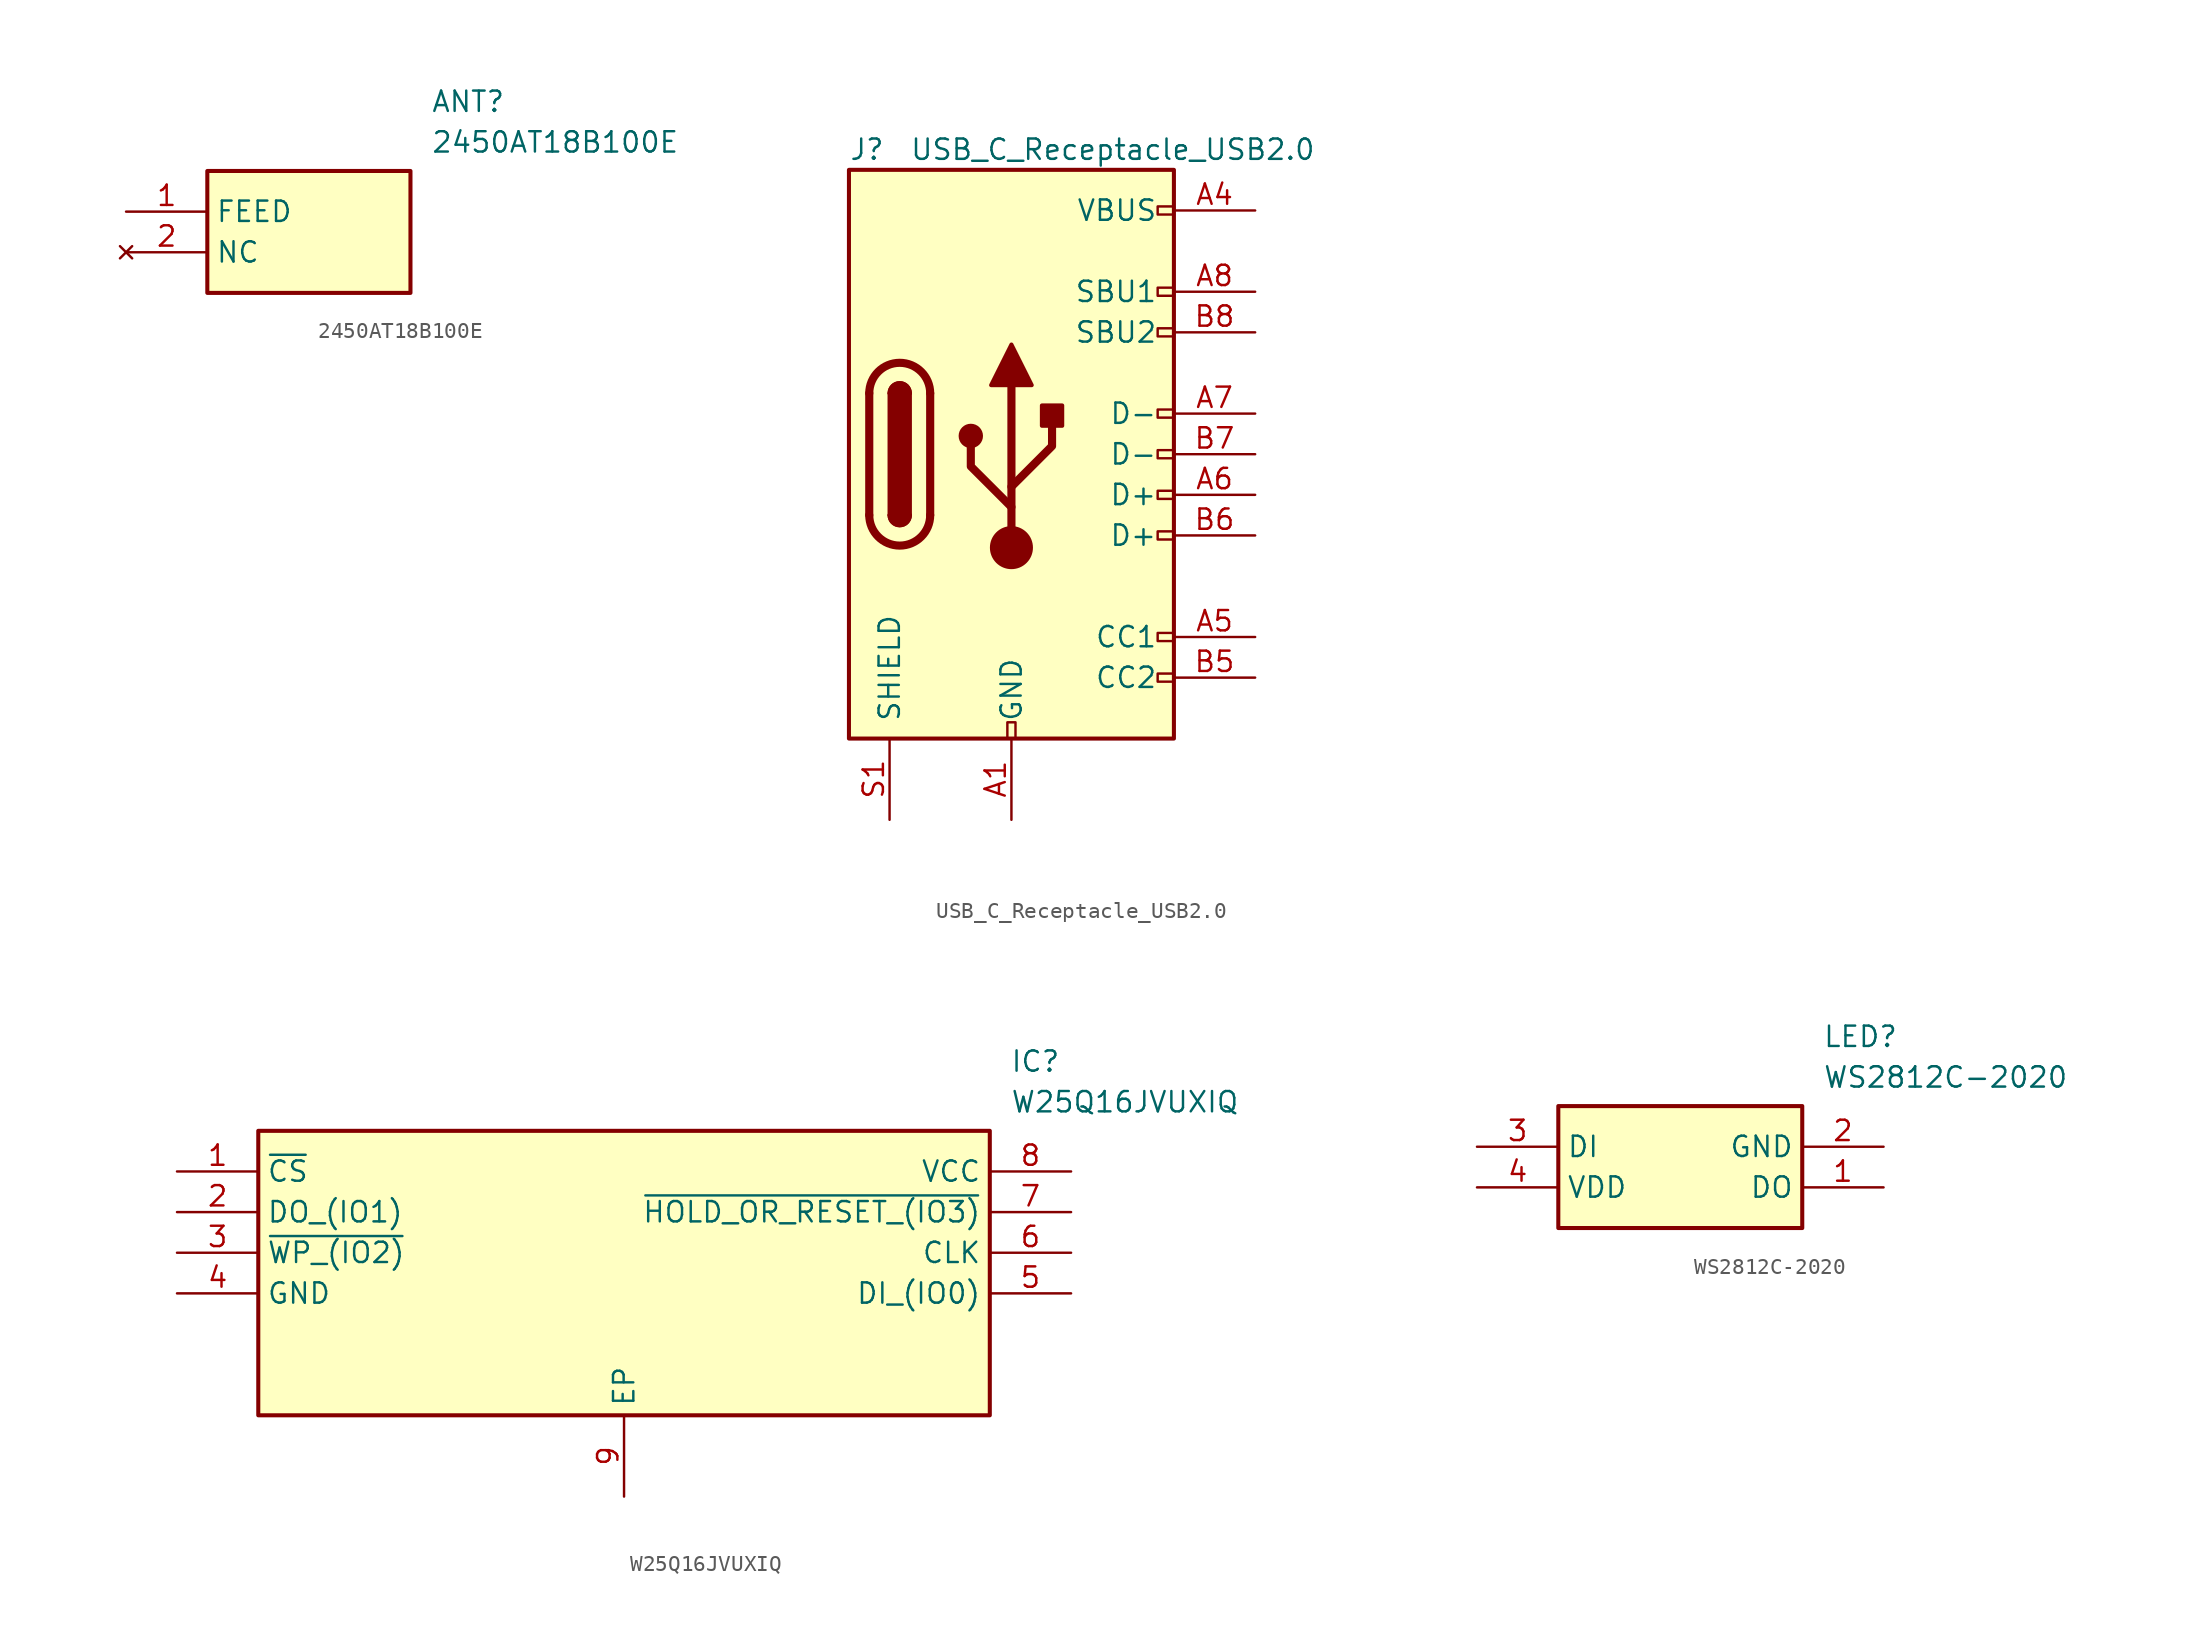
<source format=kicad_sym>
(kicad_symbol_lib
  (version 20231120)
  (generator "kicad_symbol_editor")
  (generator_version "8.0")
  (symbol "2450AT18B100E"
    (property "Reference" "ANT"
      (at 19.05 7.62 0)
      (effects (font (size 1.27 1.27)) (justify left top)))
    (property "Value" "2450AT18B100E"
      (at 19.05 5.08 0)
      (effects (font (size 1.27 1.27)) (justify left top)))
    (symbol "2450AT18B100E_1_1"
      (rectangle (start 5.08 2.54) (end 17.78 -5.08) (stroke (width 0.254) (type default)) (fill (type background)))
      (pin input line (at 0 0 0) (length 5.08) (name "FEED" (effects (font (size 1.27 1.27)))) (number "1" (effects (font (size 1.27 1.27)))))
      (pin no_connect line (at 0 -2.54 0) (length 5.08) (name "NC" (effects (font (size 1.27 1.27)))) (number "2" (effects (font (size 1.27 1.27)))))))
  (symbol "USB_C_Receptacle_USB2.0"
    (pin_names
      (offset 1.016))
    (property "Reference" "J"
      (at -10.16 19.05 0)
      (effects (font (size 1.27 1.27)) (justify left)))
    (property "Value" "USB_C_Receptacle_USB2.0"
      (at 19.05 19.05 0)
      (effects (font (size 1.27 1.27)) (justify right)))
    (symbol "USB_C_Receptacle_USB2.0_0_0"
      (rectangle (start -0.254 -17.78) (end 0.254 -16.764) (stroke (width 0) (type default)) (fill (type none)))
      (rectangle (start 10.16 -13.716) (end 9.144 -14.224) (stroke (width 0) (type default)) (fill (type none)))
      (rectangle (start 10.16 -11.176) (end 9.144 -11.684) (stroke (width 0) (type default)) (fill (type none)))
      (rectangle (start 10.16 -4.826) (end 9.144 -5.334) (stroke (width 0) (type default)) (fill (type none)))
      (rectangle (start 10.16 -2.286) (end 9.144 -2.794) (stroke (width 0) (type default)) (fill (type none)))
      (rectangle (start 10.16 0.254) (end 9.144 -0.254) (stroke (width 0) (type default)) (fill (type none)))
      (rectangle (start 10.16 2.794) (end 9.144 2.286) (stroke (width 0) (type default)) (fill (type none)))
      (rectangle (start 10.16 7.874) (end 9.144 7.366) (stroke (width 0) (type default)) (fill (type none)))
      (rectangle (start 10.16 10.414) (end 9.144 9.906) (stroke (width 0) (type default)) (fill (type none)))
      (rectangle (start 10.16 15.494) (end 9.144 14.986) (stroke (width 0) (type default)) (fill (type none))))
    (symbol "USB_C_Receptacle_USB2.0_0_1"
      (rectangle (start -10.16 17.78) (end 10.16 -17.78) (stroke (width 0.254) (type default)) (fill (type background)))
      (arc (start -8.89 -3.81) (mid -6.985 -5.7067) (end -5.08 -3.81) (stroke (width 0.508) (type default)) (fill (type none)))
      (arc (start -7.62 -3.81) (mid -6.985 -4.4423) (end -6.35 -3.81) (stroke (width 0.254) (type default)) (fill (type none)))
      (arc (start -7.62 -3.81) (mid -6.985 -4.4423) (end -6.35 -3.81) (stroke (width 0.254) (type default)) (fill (type outline)))
      (rectangle (start -7.62 -3.81) (end -6.35 3.81) (stroke (width 0.254) (type default)) (fill (type outline)))
      (arc (start -6.35 3.81) (mid -6.985 4.4423) (end -7.62 3.81) (stroke (width 0.254) (type default)) (fill (type none)))
      (arc (start -6.35 3.81) (mid -6.985 4.4423) (end -7.62 3.81) (stroke (width 0.254) (type default)) (fill (type outline)))
      (arc (start -5.08 3.81) (mid -6.985 5.7067) (end -8.89 3.81) (stroke (width 0.508) (type default)) (fill (type none)))
      (circle (center -2.54 1.143) (radius 0.635) (stroke (width 0.254) (type default)) (fill (type outline)))
      (circle (center 0 -5.842) (radius 1.27) (stroke (width 0) (type default)) (fill (type outline)))
      (polyline (pts (xy -8.89 -3.81) (xy -8.89 3.81)) (stroke (width 0.508) (type default)) (fill (type none)))
      (polyline (pts (xy -5.08 3.81) (xy -5.08 -3.81)) (stroke (width 0.508) (type default)) (fill (type none)))
      (polyline (pts (xy 0 -5.842) (xy 0 4.318)) (stroke (width 0.508) (type default)) (fill (type none)))
      (polyline (pts (xy 0 -3.302) (xy -2.54 -0.762) (xy -2.54 0.508)) (stroke (width 0.508) (type default)) (fill (type none)))
      (polyline (pts (xy 0 -2.032) (xy 2.54 0.508) (xy 2.54 1.778)) (stroke (width 0.508) (type default)) (fill (type none)))
      (polyline (pts (xy -1.27 4.318) (xy 0 6.858) (xy 1.27 4.318) (xy -1.27 4.318)) (stroke (width 0.254) (type default)) (fill (type outline)))
      (rectangle (start 1.905 1.778) (end 3.175 3.048) (stroke (width 0.254) (type default)) (fill (type outline))))
    (symbol "USB_C_Receptacle_USB2.0_1_1"
      (pin passive line (at 0 -22.86 90) (length 5.08) (name "GND" (effects (font (size 1.27 1.27)))) (number "A1" (effects (font (size 1.27 1.27)))))
      (pin passive line (at 0 -22.86 90) (length 5.08) hide (name "GND" (effects (font (size 1.27 1.27)))) (number "A12" (effects (font (size 1.27 1.27)))))
      (pin passive line (at 15.24 15.24 180) (length 5.08) (name "VBUS" (effects (font (size 1.27 1.27)))) (number "A4" (effects (font (size 1.27 1.27)))))
      (pin bidirectional line (at 15.24 -11.43 180) (length 5.08) (name "CC1" (effects (font (size 1.27 1.27)))) (number "A5" (effects (font (size 1.27 1.27)))))
      (pin bidirectional line (at 15.24 -2.54 180) (length 5.08) (name "D+" (effects (font (size 1.27 1.27)))) (number "A6" (effects (font (size 1.27 1.27)))))
      (pin bidirectional line (at 15.24 2.54 180) (length 5.08) (name "D-" (effects (font (size 1.27 1.27)))) (number "A7" (effects (font (size 1.27 1.27)))))
      (pin bidirectional line (at 15.24 10.16 180) (length 5.08) (name "SBU1" (effects (font (size 1.27 1.27)))) (number "A8" (effects (font (size 1.27 1.27)))))
      (pin passive line (at 15.24 15.24 180) (length 5.08) hide (name "VBUS" (effects (font (size 1.27 1.27)))) (number "A9" (effects (font (size 1.27 1.27)))))
      (pin passive line (at 0 -22.86 90) (length 5.08) hide (name "GND" (effects (font (size 1.27 1.27)))) (number "B1" (effects (font (size 1.27 1.27)))))
      (pin passive line (at 0 -22.86 90) (length 5.08) hide (name "GND" (effects (font (size 1.27 1.27)))) (number "B12" (effects (font (size 1.27 1.27)))))
      (pin passive line (at 15.24 15.24 180) (length 5.08) hide (name "VBUS" (effects (font (size 1.27 1.27)))) (number "B4" (effects (font (size 1.27 1.27)))))
      (pin bidirectional line (at 15.24 -13.97 180) (length 5.08) (name "CC2" (effects (font (size 1.27 1.27)))) (number "B5" (effects (font (size 1.27 1.27)))))
      (pin bidirectional line (at 15.24 -5.08 180) (length 5.08) (name "D+" (effects (font (size 1.27 1.27)))) (number "B6" (effects (font (size 1.27 1.27)))))
      (pin bidirectional line (at 15.24 0 180) (length 5.08) (name "D-" (effects (font (size 1.27 1.27)))) (number "B7" (effects (font (size 1.27 1.27)))))
      (pin bidirectional line (at 15.24 7.62 180) (length 5.08) (name "SBU2" (effects (font (size 1.27 1.27)))) (number "B8" (effects (font (size 1.27 1.27)))))
      (pin passive line (at 15.24 15.24 180) (length 5.08) hide (name "VBUS" (effects (font (size 1.27 1.27)))) (number "B9" (effects (font (size 1.27 1.27)))))
      (pin passive line (at -7.62 -22.86 90) (length 5.08) (name "SHIELD" (effects (font (size 1.27 1.27)))) (number "S1" (effects (font (size 1.27 1.27)))))))
  (symbol "W25Q16JVUXIQ"
    (property "Reference" "IC"
      (at 52.07 7.62 0)
      (effects (font (size 1.27 1.27)) (justify left top)))
    (property "Value" "W25Q16JVUXIQ"
      (at 52.07 5.08 0)
      (effects (font (size 1.27 1.27)) (justify left top)))
    (symbol "W25Q16JVUXIQ_1_1"
      (rectangle (start 5.08 2.54) (end 50.8 -15.24) (stroke (width 0.254) (type default)) (fill (type background)))
      (pin passive line (at 0 0 0) (length 5.08) (name "~{CS}" (effects (font (size 1.27 1.27)))) (number "1" (effects (font (size 1.27 1.27)))))
      (pin passive line (at 0 -2.54 0) (length 5.08) (name "DO_(IO1)" (effects (font (size 1.27 1.27)))) (number "2" (effects (font (size 1.27 1.27)))))
      (pin passive line (at 0 -5.08 0) (length 5.08) (name "~{WP_(IO2)}" (effects (font (size 1.27 1.27)))) (number "3" (effects (font (size 1.27 1.27)))))
      (pin passive line (at 0 -7.62 0) (length 5.08) (name "GND" (effects (font (size 1.27 1.27)))) (number "4" (effects (font (size 1.27 1.27)))))
      (pin passive line (at 55.88 -7.62 180) (length 5.08) (name "DI_(IO0)" (effects (font (size 1.27 1.27)))) (number "5" (effects (font (size 1.27 1.27)))))
      (pin passive line (at 55.88 -5.08 180) (length 5.08) (name "CLK" (effects (font (size 1.27 1.27)))) (number "6" (effects (font (size 1.27 1.27)))))
      (pin passive line (at 55.88 -2.54 180) (length 5.08) (name "~{HOLD_OR_RESET_(IO3)}" (effects (font (size 1.27 1.27)))) (number "7" (effects (font (size 1.27 1.27)))))
      (pin passive line (at 55.88 0 180) (length 5.08) (name "VCC" (effects (font (size 1.27 1.27)))) (number "8" (effects (font (size 1.27 1.27)))))
      (pin passive line (at 27.94 -20.32 90) (length 5.08) (name "EP" (effects (font (size 1.27 1.27)))) (number "9" (effects (font (size 1.27 1.27)))))))
  (symbol "WS2812C-2020"
    (property "Reference" "LED"
      (at 21.59 7.62 0)
      (effects (font (size 1.27 1.27)) (justify left top)))
    (property "Value" "WS2812C-2020"
      (at 21.59 5.08 0)
      (effects (font (size 1.27 1.27)) (justify left top)))
    (symbol "WS2812C-2020_1_1"
      (rectangle (start 5.08 2.54) (end 20.32 -5.08) (stroke (width 0.254) (type default)) (fill (type background)))
      (pin passive line (at 25.4 -2.54 180) (length 5.08) (name "DO" (effects (font (size 1.27 1.27)))) (number "1" (effects (font (size 1.27 1.27)))))
      (pin passive line (at 25.4 0 180) (length 5.08) (name "GND" (effects (font (size 1.27 1.27)))) (number "2" (effects (font (size 1.27 1.27)))))
      (pin passive line (at 0 0 0) (length 5.08) (name "DI" (effects (font (size 1.27 1.27)))) (number "3" (effects (font (size 1.27 1.27)))))
      (pin passive line (at 0 -2.54 0) (length 5.08) (name "VDD" (effects (font (size 1.27 1.27)))) (number "4" (effects (font (size 1.27 1.27))))))))
</source>
